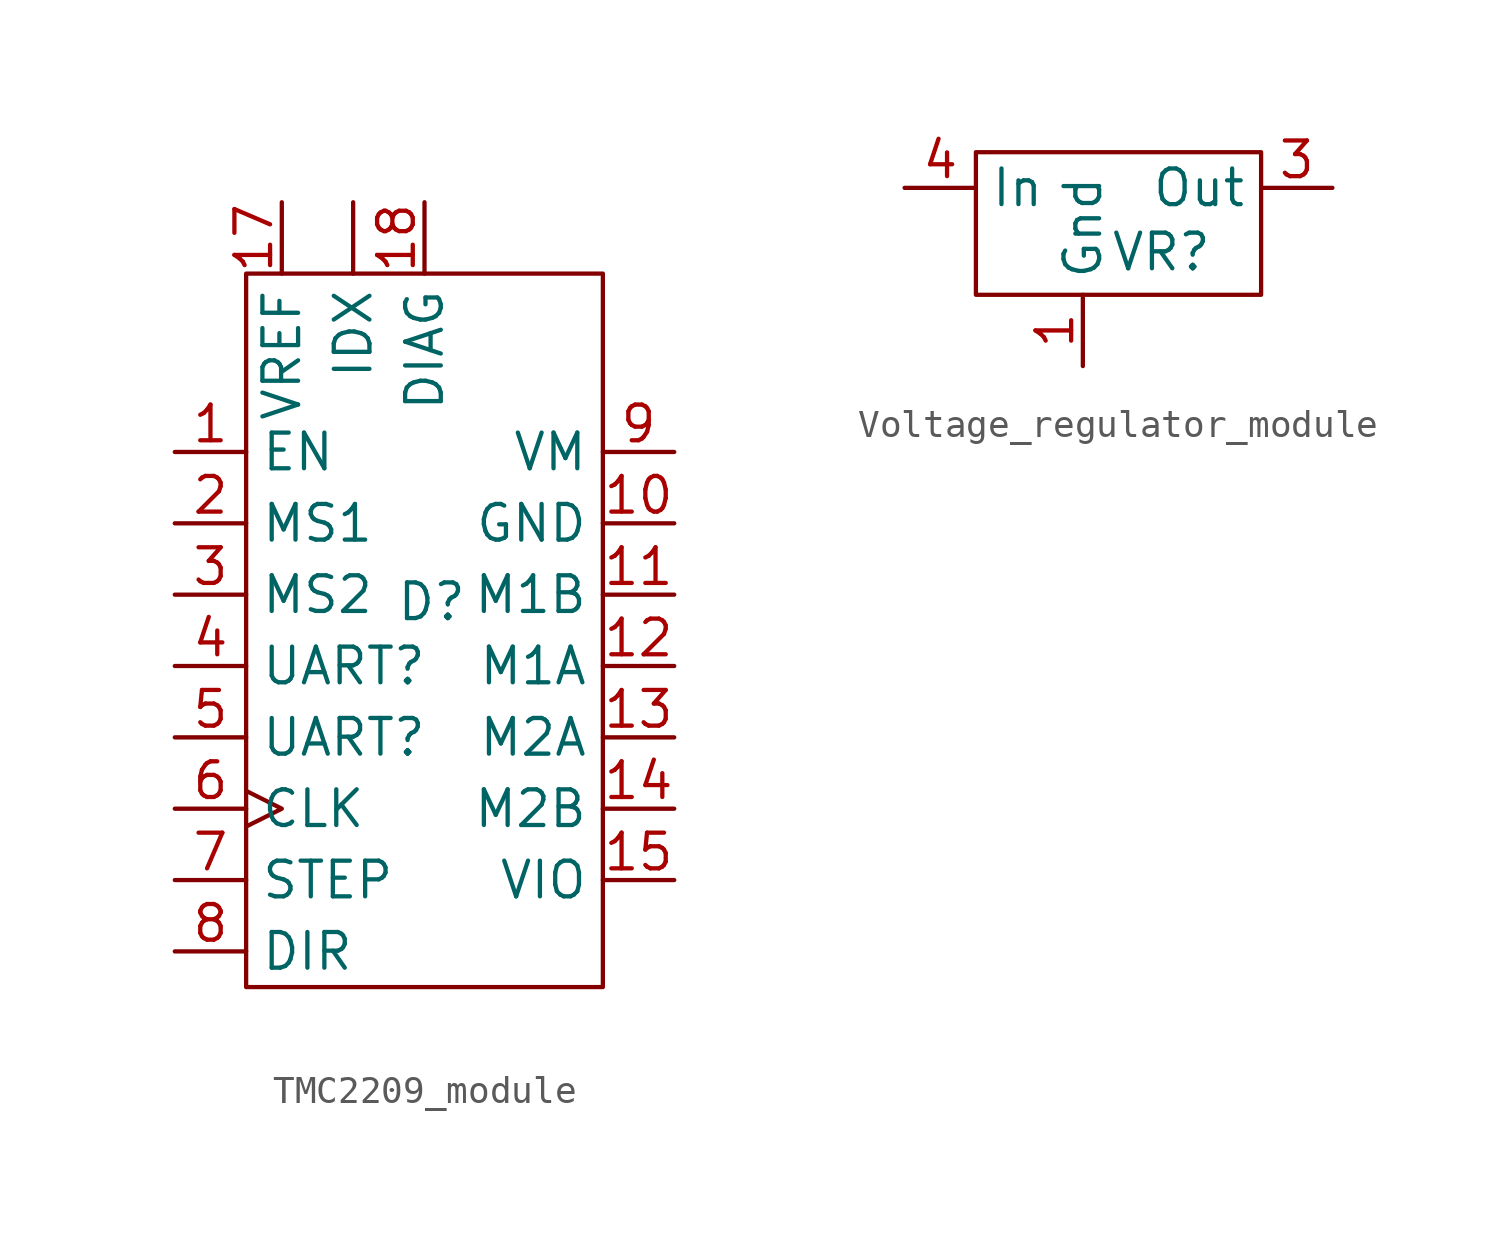
<source format=kicad_sym>
(kicad_symbol_lib
  (version 20241209)
  (generator "kicad_symbol_editor")
  (generator_version "9.0")
  (symbol "TMC2209_module"
    (property "Reference" "D"
      (at 0.254 3.556 0)
      (effects (font (size 1.27 1.27))))
    (property "Value" ""
      (at 0 0 0)
      (effects (font (size 1.27 1.27))))
    (symbol "TMC2209_module_0_1"
      (rectangle (start -6.35 15.24) (end 6.35 -10.16) (stroke (width 0) (type default)) (fill (type none))))
    (symbol "TMC2209_module_1_1"
      (pin input line (at -8.89 8.89 0) (length 2.54) (name "EN" (effects (font (size 1.27 1.27)))) (number "1" (effects (font (size 1.27 1.27)))))
      (pin input line (at -8.89 6.35 0) (length 2.54) (name "MS1" (effects (font (size 1.27 1.27)))) (number "2" (effects (font (size 1.27 1.27)))))
      (pin input line (at -8.89 3.81 0) (length 2.54) (name "MS2" (effects (font (size 1.27 1.27)))) (number "3" (effects (font (size 1.27 1.27)))))
      (pin input line (at -8.89 1.27 0) (length 2.54) (name "UART?" (effects (font (size 1.27 1.27)))) (number "4" (effects (font (size 1.27 1.27)))))
      (pin input line (at -8.89 -1.27 0) (length 2.54) (name "UART?" (effects (font (size 1.27 1.27)))) (number "5" (effects (font (size 1.27 1.27)))))
      (pin input clock (at -8.89 -3.81 0) (length 2.54) (name "CLK" (effects (font (size 1.27 1.27)))) (number "6" (effects (font (size 1.27 1.27)))))
      (pin input line (at -8.89 -6.35 0) (length 2.54) (name "STEP" (effects (font (size 1.27 1.27)))) (number "7" (effects (font (size 1.27 1.27)))))
      (pin input line (at -8.89 -8.89 0) (length 2.54) (name "DIR" (effects (font (size 1.27 1.27)))) (number "8" (effects (font (size 1.27 1.27)))))
      (pin input line (at -5.08 17.78 270) (length 2.54) (name "VREF" (effects (font (size 1.27 1.27)))) (number "17" (effects (font (size 1.27 1.27)))))
      (pin output line (at -2.54 17.78 270) (length 2.54) (name "IDX" (effects (font (size 1.27 1.27)))) (number "" (effects (font (size 1.27 1.27)))))
      (pin output line (at 0 17.78 270) (length 2.54) (name "DIAG" (effects (font (size 1.27 1.27)))) (number "18" (effects (font (size 1.27 1.27)))))
      (pin power_in line (at 8.89 8.89 180) (length 2.54) (name "VM" (effects (font (size 1.27 1.27)))) (number "9" (effects (font (size 1.27 1.27)))))
      (pin power_in line (at 8.89 6.35 180) (length 2.54) (name "GND" (effects (font (size 1.27 1.27)))) (number "10" (effects (font (size 1.27 1.27)))))
      (pin passive line (at 8.89 6.35 180) (length 2.54) (hide yes) (name "GND" (effects (font (size 1.27 1.27)))) (number "16" (effects (font (size 1.27 1.27)))))
      (pin output line (at 8.89 3.81 180) (length 2.54) (name "M1B" (effects (font (size 1.27 1.27)))) (number "11" (effects (font (size 1.27 1.27)))))
      (pin output line (at 8.89 1.27 180) (length 2.54) (name "M1A" (effects (font (size 1.27 1.27)))) (number "12" (effects (font (size 1.27 1.27)))))
      (pin output line (at 8.89 -1.27 180) (length 2.54) (name "M2A" (effects (font (size 1.27 1.27)))) (number "13" (effects (font (size 1.27 1.27)))))
      (pin output line (at 8.89 -3.81 180) (length 2.54) (name "M2B" (effects (font (size 1.27 1.27)))) (number "14" (effects (font (size 1.27 1.27)))))
      (pin power_in line (at 8.89 -6.35 180) (length 2.54) (name "VIO" (effects (font (size 1.27 1.27)))) (number "15" (effects (font (size 1.27 1.27)))))))
  (symbol "Voltage_regulator_module"
    (property "Reference" "VR"
      (at 1.524 -1.016 0)
      (effects (font (size 1.27 1.27))))
    (property "Value" ""
      (at 0 0 0)
      (effects (font (size 1.27 1.27))))
    (symbol "Voltage_regulator_module_0_1"
      (rectangle (start -5.08 2.54) (end 5.08 -2.54) (stroke (width 0) (type default)) (fill (type none))))
    (symbol "Voltage_regulator_module_1_1"
      (pin power_in line (at -7.62 1.27 0) (length 2.54) (name "In" (effects (font (size 1.27 1.27)))) (number "4" (effects (font (size 1.27 1.27)))))
      (pin power_in line (at -1.27 -5.08 90) (length 2.54) (name "Gnd" (effects (font (size 1.27 1.27)))) (number "1" (effects (font (size 1.27 1.27)))))
      (pin passive line (at -1.27 -5.08 90) (length 2.54) (hide yes) (name "Gnd" (effects (font (size 1.27 1.27)))) (number "2" (effects (font (size 1.27 1.27)))))
      (pin power_out line (at 7.62 1.27 180) (length 2.54) (name "Out" (effects (font (size 1.27 1.27)))) (number "3" (effects (font (size 1.27 1.27))))))))
</source>
